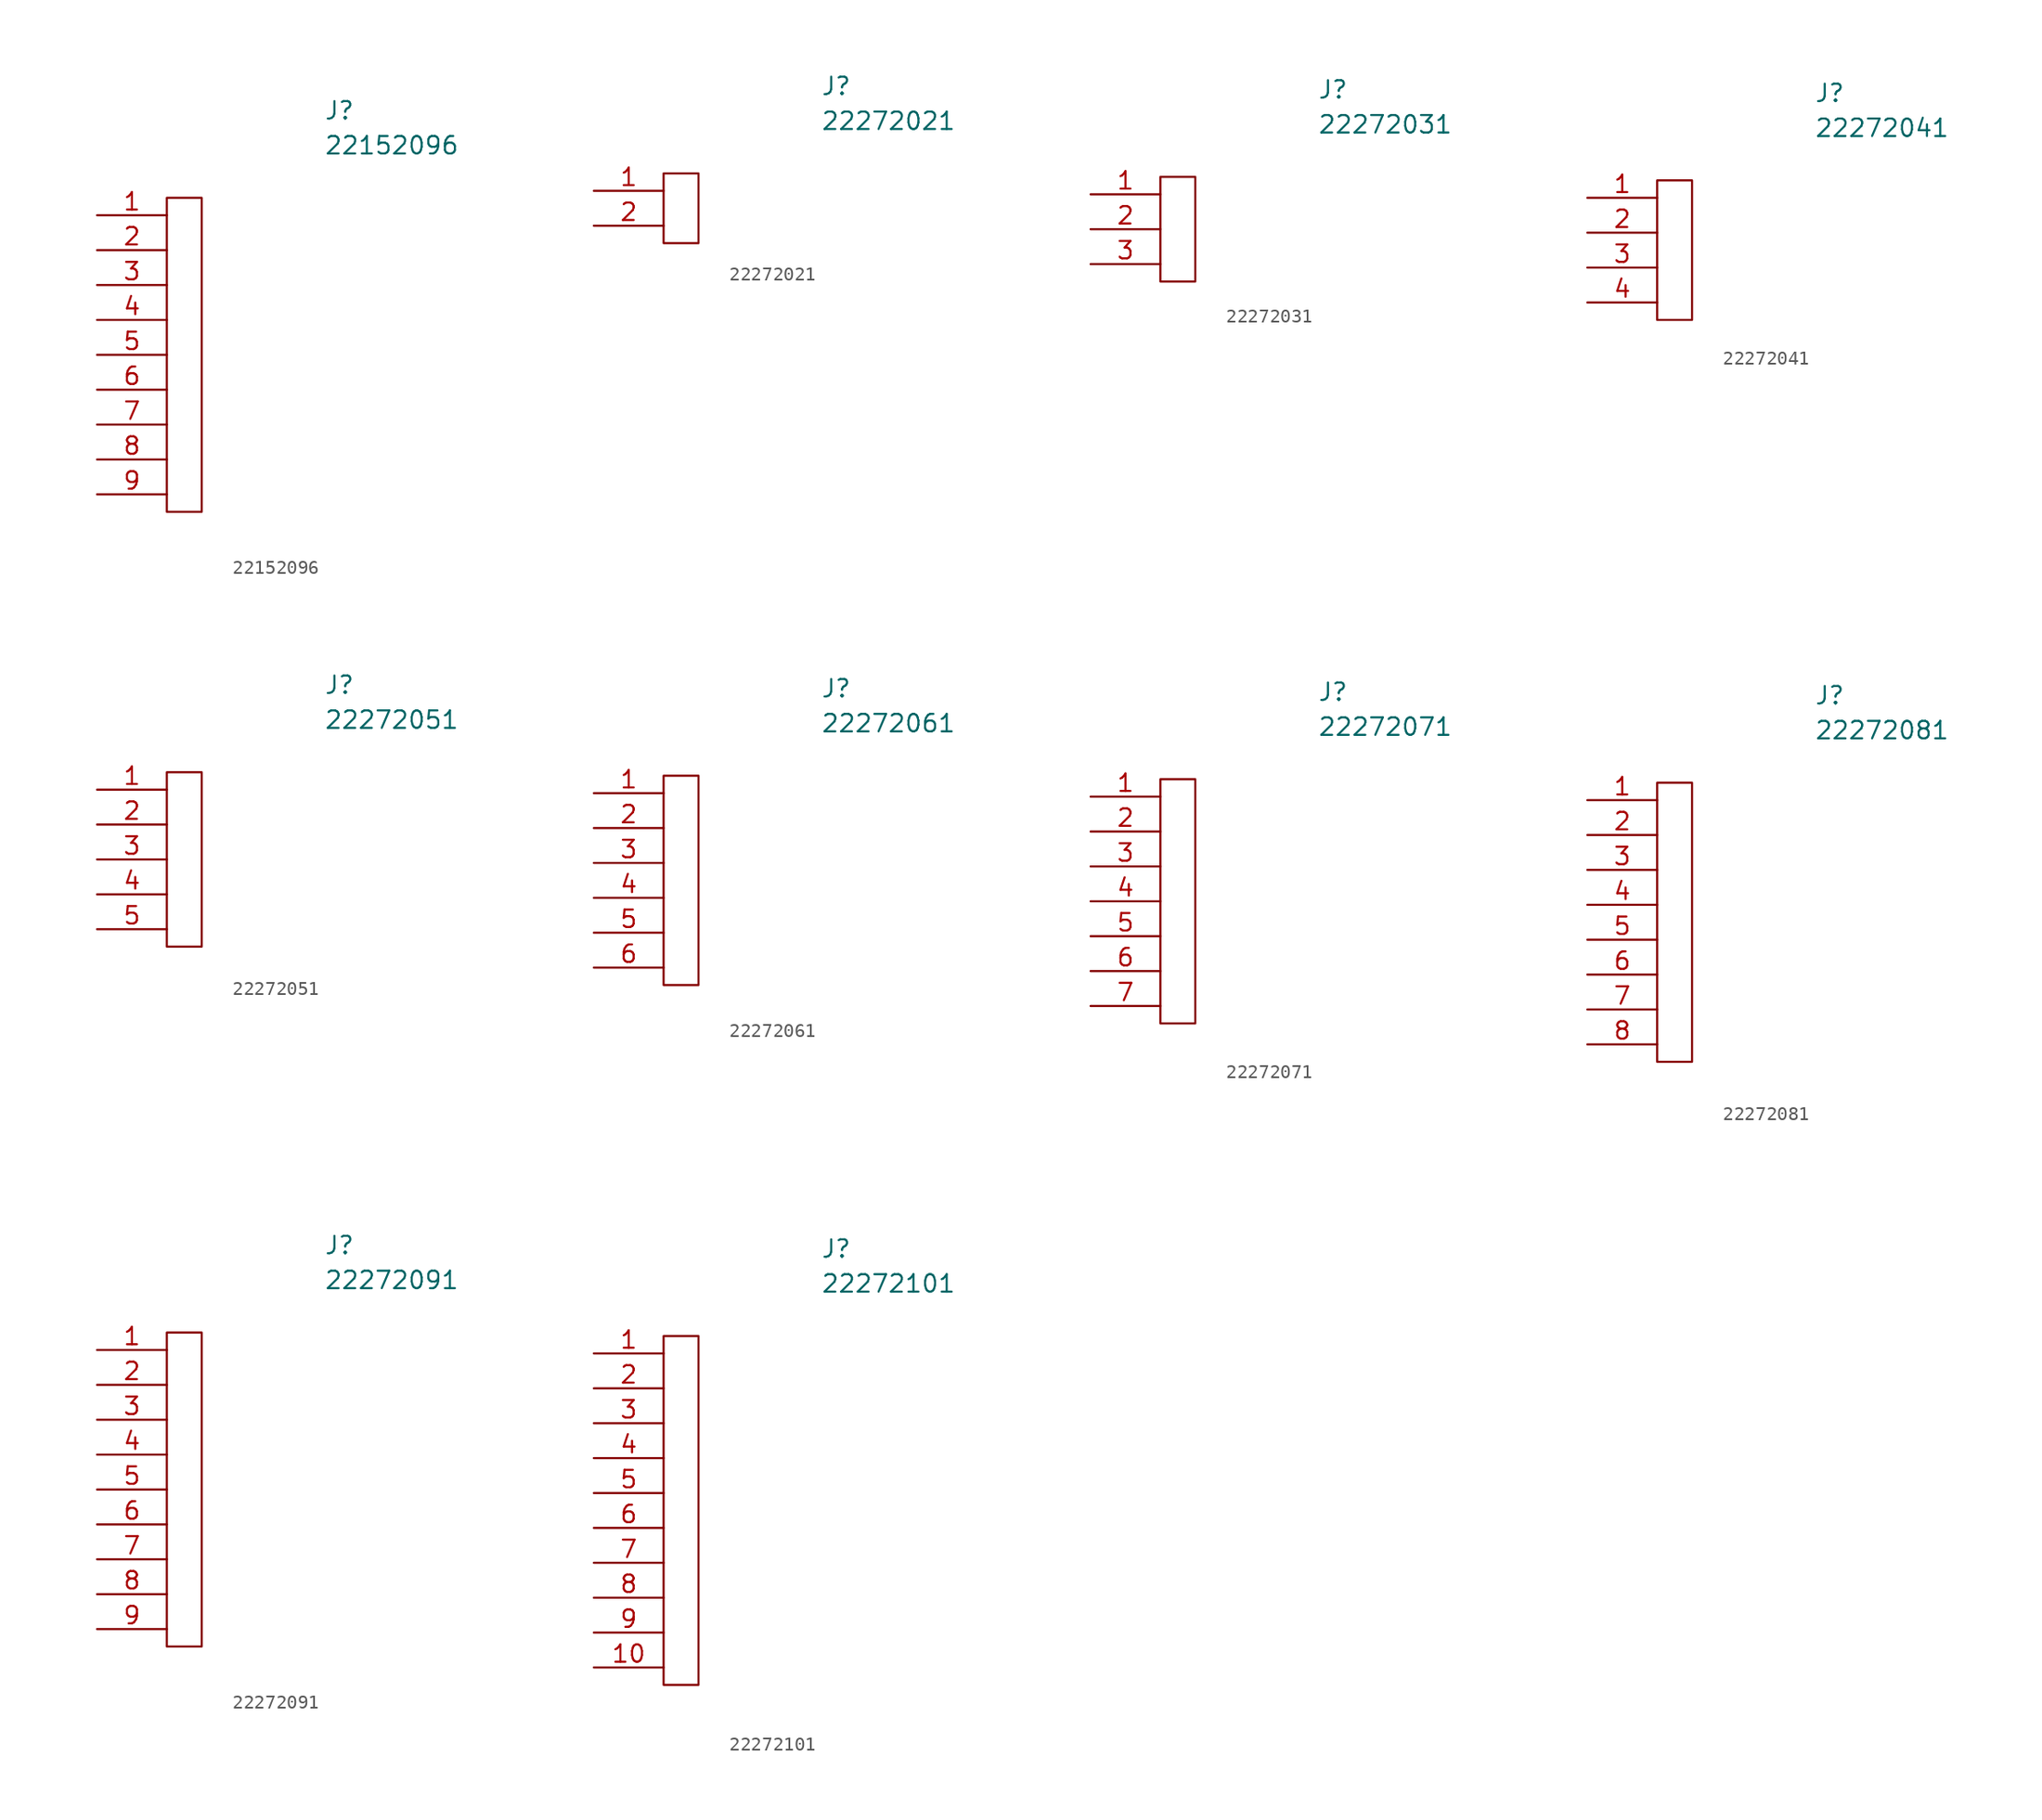
<source format=kicad_sym>
(kicad_symbol_lib
  (version 20241209)
  (generator "kicad_symbol_editor")
  (generator_version "9.0")
  (symbol "22152096"
    (pin_names
      (offset 0.762))
    (property "Reference" "J"
      (at 16.51 7.62 0)
      (effects (font (size 1.27 1.27)) (justify left)))
    (property "Value" "22152096"
      (at 16.51 5.08 0)
      (effects (font (size 1.27 1.27)) (justify left)))
    (symbol "22152096_0_1"
      (polyline (pts (xy 5.08 1.27) (xy 7.62 1.27) (xy 7.62 -21.59) (xy 5.08 -21.59) (xy 5.08 1.27)) (stroke (width 0.152) (type solid)) (fill (type none))))
    (symbol "22152096_1_0"
      (pin passive line (at 0 0 0) (length 5.08) (name "" (effects (font (size 1.27 1.27)))) (number "1" (effects (font (size 1.27 1.27)))))
      (pin passive line (at 0 -2.54 0) (length 5.08) (name "" (effects (font (size 1.27 1.27)))) (number "2" (effects (font (size 1.27 1.27)))))
      (pin passive line (at 0 -5.08 0) (length 5.08) (name "" (effects (font (size 1.27 1.27)))) (number "3" (effects (font (size 1.27 1.27)))))
      (pin passive line (at 0 -7.62 0) (length 5.08) (name "" (effects (font (size 1.27 1.27)))) (number "4" (effects (font (size 1.27 1.27)))))
      (pin passive line (at 0 -10.16 0) (length 5.08) (name "" (effects (font (size 1.27 1.27)))) (number "5" (effects (font (size 1.27 1.27)))))
      (pin passive line (at 0 -12.7 0) (length 5.08) (name "" (effects (font (size 1.27 1.27)))) (number "6" (effects (font (size 1.27 1.27)))))
      (pin passive line (at 0 -15.24 0) (length 5.08) (name "" (effects (font (size 1.27 1.27)))) (number "7" (effects (font (size 1.27 1.27)))))
      (pin passive line (at 0 -17.78 0) (length 5.08) (name "" (effects (font (size 1.27 1.27)))) (number "8" (effects (font (size 1.27 1.27)))))
      (pin passive line (at 0 -20.32 0) (length 5.08) (name "" (effects (font (size 1.27 1.27)))) (number "9" (effects (font (size 1.27 1.27)))))))
  (symbol "22272021"
    (pin_names
      (offset 0.762))
    (property "Reference" "J"
      (at 16.51 7.62 0)
      (effects (font (size 1.27 1.27)) (justify left)))
    (property "Value" "22272021"
      (at 16.51 5.08 0)
      (effects (font (size 1.27 1.27)) (justify left)))
    (symbol "22272021_0_1"
      (polyline (pts (xy 5.08 1.27) (xy 7.62 1.27) (xy 7.62 -3.81) (xy 5.08 -3.81) (xy 5.08 1.27)) (stroke (width 0.152) (type solid)) (fill (type none))))
    (symbol "22272021_1_0"
      (pin passive line (at 0 0 0) (length 5.08) (name "" (effects (font (size 1.27 1.27)))) (number "1" (effects (font (size 1.27 1.27)))))
      (pin passive line (at 0 -2.54 0) (length 5.08) (name "" (effects (font (size 1.27 1.27)))) (number "2" (effects (font (size 1.27 1.27)))))))
  (symbol "22272031"
    (pin_names
      (offset 0.762))
    (property "Reference" "J"
      (at 16.51 7.62 0)
      (effects (font (size 1.27 1.27)) (justify left)))
    (property "Value" "22272031"
      (at 16.51 5.08 0)
      (effects (font (size 1.27 1.27)) (justify left)))
    (symbol "22272031_0_1"
      (polyline (pts (xy 5.08 1.27) (xy 7.62 1.27) (xy 7.62 -6.35) (xy 5.08 -6.35) (xy 5.08 1.27)) (stroke (width 0.152) (type solid)) (fill (type none))))
    (symbol "22272031_1_0"
      (pin passive line (at 0 0 0) (length 5.08) (name "" (effects (font (size 1.27 1.27)))) (number "1" (effects (font (size 1.27 1.27)))))
      (pin passive line (at 0 -2.54 0) (length 5.08) (name "" (effects (font (size 1.27 1.27)))) (number "2" (effects (font (size 1.27 1.27)))))
      (pin passive line (at 0 -5.08 0) (length 5.08) (name "" (effects (font (size 1.27 1.27)))) (number "3" (effects (font (size 1.27 1.27)))))))
  (symbol "22272041"
    (pin_names
      (offset 0.762))
    (property "Reference" "J"
      (at 16.51 7.62 0)
      (effects (font (size 1.27 1.27)) (justify left)))
    (property "Value" "22272041"
      (at 16.51 5.08 0)
      (effects (font (size 1.27 1.27)) (justify left)))
    (symbol "22272041_0_1"
      (polyline (pts (xy 5.08 1.27) (xy 7.62 1.27) (xy 7.62 -8.89) (xy 5.08 -8.89) (xy 5.08 1.27)) (stroke (width 0.152) (type solid)) (fill (type none))))
    (symbol "22272041_1_0"
      (pin passive line (at 0 0 0) (length 5.08) (name "" (effects (font (size 1.27 1.27)))) (number "1" (effects (font (size 1.27 1.27)))))
      (pin passive line (at 0 -2.54 0) (length 5.08) (name "" (effects (font (size 1.27 1.27)))) (number "2" (effects (font (size 1.27 1.27)))))
      (pin passive line (at 0 -5.08 0) (length 5.08) (name "" (effects (font (size 1.27 1.27)))) (number "3" (effects (font (size 1.27 1.27)))))
      (pin passive line (at 0 -7.62 0) (length 5.08) (name "" (effects (font (size 1.27 1.27)))) (number "4" (effects (font (size 1.27 1.27)))))))
  (symbol "22272051"
    (pin_names
      (offset 0.762))
    (property "Reference" "J"
      (at 16.51 7.62 0)
      (effects (font (size 1.27 1.27)) (justify left)))
    (property "Value" "22272051"
      (at 16.51 5.08 0)
      (effects (font (size 1.27 1.27)) (justify left)))
    (symbol "22272051_0_1"
      (polyline (pts (xy 5.08 1.27) (xy 7.62 1.27) (xy 7.62 -11.43) (xy 5.08 -11.43) (xy 5.08 1.27)) (stroke (width 0.152) (type solid)) (fill (type none))))
    (symbol "22272051_1_0"
      (pin passive line (at 0 0 0) (length 5.08) (name "" (effects (font (size 1.27 1.27)))) (number "1" (effects (font (size 1.27 1.27)))))
      (pin passive line (at 0 -2.54 0) (length 5.08) (name "" (effects (font (size 1.27 1.27)))) (number "2" (effects (font (size 1.27 1.27)))))
      (pin passive line (at 0 -5.08 0) (length 5.08) (name "" (effects (font (size 1.27 1.27)))) (number "3" (effects (font (size 1.27 1.27)))))
      (pin passive line (at 0 -7.62 0) (length 5.08) (name "" (effects (font (size 1.27 1.27)))) (number "4" (effects (font (size 1.27 1.27)))))
      (pin passive line (at 0 -10.16 0) (length 5.08) (name "" (effects (font (size 1.27 1.27)))) (number "5" (effects (font (size 1.27 1.27)))))))
  (symbol "22272061"
    (pin_names
      (offset 0.762))
    (property "Reference" "J"
      (at 16.51 7.62 0)
      (effects (font (size 1.27 1.27)) (justify left)))
    (property "Value" "22272061"
      (at 16.51 5.08 0)
      (effects (font (size 1.27 1.27)) (justify left)))
    (symbol "22272061_0_1"
      (polyline (pts (xy 5.08 1.27) (xy 7.62 1.27) (xy 7.62 -13.97) (xy 5.08 -13.97) (xy 5.08 1.27)) (stroke (width 0.152) (type solid)) (fill (type none))))
    (symbol "22272061_1_0"
      (pin passive line (at 0 0 0) (length 5.08) (name "" (effects (font (size 1.27 1.27)))) (number "1" (effects (font (size 1.27 1.27)))))
      (pin passive line (at 0 -2.54 0) (length 5.08) (name "" (effects (font (size 1.27 1.27)))) (number "2" (effects (font (size 1.27 1.27)))))
      (pin passive line (at 0 -5.08 0) (length 5.08) (name "" (effects (font (size 1.27 1.27)))) (number "3" (effects (font (size 1.27 1.27)))))
      (pin passive line (at 0 -7.62 0) (length 5.08) (name "" (effects (font (size 1.27 1.27)))) (number "4" (effects (font (size 1.27 1.27)))))
      (pin passive line (at 0 -10.16 0) (length 5.08) (name "" (effects (font (size 1.27 1.27)))) (number "5" (effects (font (size 1.27 1.27)))))
      (pin passive line (at 0 -12.7 0) (length 5.08) (name "" (effects (font (size 1.27 1.27)))) (number "6" (effects (font (size 1.27 1.27)))))))
  (symbol "22272071"
    (pin_names
      (offset 0.762))
    (property "Reference" "J"
      (at 16.51 7.62 0)
      (effects (font (size 1.27 1.27)) (justify left)))
    (property "Value" "22272071"
      (at 16.51 5.08 0)
      (effects (font (size 1.27 1.27)) (justify left)))
    (symbol "22272071_0_1"
      (polyline (pts (xy 5.08 1.27) (xy 7.62 1.27) (xy 7.62 -16.51) (xy 5.08 -16.51) (xy 5.08 1.27)) (stroke (width 0.152) (type solid)) (fill (type none))))
    (symbol "22272071_1_0"
      (pin passive line (at 0 0 0) (length 5.08) (name "" (effects (font (size 1.27 1.27)))) (number "1" (effects (font (size 1.27 1.27)))))
      (pin passive line (at 0 -2.54 0) (length 5.08) (name "" (effects (font (size 1.27 1.27)))) (number "2" (effects (font (size 1.27 1.27)))))
      (pin passive line (at 0 -5.08 0) (length 5.08) (name "" (effects (font (size 1.27 1.27)))) (number "3" (effects (font (size 1.27 1.27)))))
      (pin passive line (at 0 -7.62 0) (length 5.08) (name "" (effects (font (size 1.27 1.27)))) (number "4" (effects (font (size 1.27 1.27)))))
      (pin passive line (at 0 -10.16 0) (length 5.08) (name "" (effects (font (size 1.27 1.27)))) (number "5" (effects (font (size 1.27 1.27)))))
      (pin passive line (at 0 -12.7 0) (length 5.08) (name "" (effects (font (size 1.27 1.27)))) (number "6" (effects (font (size 1.27 1.27)))))
      (pin passive line (at 0 -15.24 0) (length 5.08) (name "" (effects (font (size 1.27 1.27)))) (number "7" (effects (font (size 1.27 1.27)))))))
  (symbol "22272081"
    (pin_names
      (offset 0.762))
    (property "Reference" "J"
      (at 16.51 7.62 0)
      (effects (font (size 1.27 1.27)) (justify left)))
    (property "Value" "22272081"
      (at 16.51 5.08 0)
      (effects (font (size 1.27 1.27)) (justify left)))
    (symbol "22272081_0_1"
      (polyline (pts (xy 5.08 1.27) (xy 7.62 1.27) (xy 7.62 -19.05) (xy 5.08 -19.05) (xy 5.08 1.27)) (stroke (width 0.152) (type solid)) (fill (type none))))
    (symbol "22272081_1_0"
      (pin passive line (at 0 0 0) (length 5.08) (name "" (effects (font (size 1.27 1.27)))) (number "1" (effects (font (size 1.27 1.27)))))
      (pin passive line (at 0 -2.54 0) (length 5.08) (name "" (effects (font (size 1.27 1.27)))) (number "2" (effects (font (size 1.27 1.27)))))
      (pin passive line (at 0 -5.08 0) (length 5.08) (name "" (effects (font (size 1.27 1.27)))) (number "3" (effects (font (size 1.27 1.27)))))
      (pin passive line (at 0 -7.62 0) (length 5.08) (name "" (effects (font (size 1.27 1.27)))) (number "4" (effects (font (size 1.27 1.27)))))
      (pin passive line (at 0 -10.16 0) (length 5.08) (name "" (effects (font (size 1.27 1.27)))) (number "5" (effects (font (size 1.27 1.27)))))
      (pin passive line (at 0 -12.7 0) (length 5.08) (name "" (effects (font (size 1.27 1.27)))) (number "6" (effects (font (size 1.27 1.27)))))
      (pin passive line (at 0 -15.24 0) (length 5.08) (name "" (effects (font (size 1.27 1.27)))) (number "7" (effects (font (size 1.27 1.27)))))
      (pin passive line (at 0 -17.78 0) (length 5.08) (name "" (effects (font (size 1.27 1.27)))) (number "8" (effects (font (size 1.27 1.27)))))))
  (symbol "22272091"
    (pin_names
      (offset 0.762))
    (property "Reference" "J"
      (at 16.51 7.62 0)
      (effects (font (size 1.27 1.27)) (justify left)))
    (property "Value" "22272091"
      (at 16.51 5.08 0)
      (effects (font (size 1.27 1.27)) (justify left)))
    (symbol "22272091_0_1"
      (polyline (pts (xy 5.08 1.27) (xy 7.62 1.27) (xy 7.62 -21.59) (xy 5.08 -21.59) (xy 5.08 1.27)) (stroke (width 0.152) (type solid)) (fill (type none))))
    (symbol "22272091_1_0"
      (pin passive line (at 0 0 0) (length 5.08) (name "" (effects (font (size 1.27 1.27)))) (number "1" (effects (font (size 1.27 1.27)))))
      (pin passive line (at 0 -2.54 0) (length 5.08) (name "" (effects (font (size 1.27 1.27)))) (number "2" (effects (font (size 1.27 1.27)))))
      (pin passive line (at 0 -5.08 0) (length 5.08) (name "" (effects (font (size 1.27 1.27)))) (number "3" (effects (font (size 1.27 1.27)))))
      (pin passive line (at 0 -7.62 0) (length 5.08) (name "" (effects (font (size 1.27 1.27)))) (number "4" (effects (font (size 1.27 1.27)))))
      (pin passive line (at 0 -10.16 0) (length 5.08) (name "" (effects (font (size 1.27 1.27)))) (number "5" (effects (font (size 1.27 1.27)))))
      (pin passive line (at 0 -12.7 0) (length 5.08) (name "" (effects (font (size 1.27 1.27)))) (number "6" (effects (font (size 1.27 1.27)))))
      (pin passive line (at 0 -15.24 0) (length 5.08) (name "" (effects (font (size 1.27 1.27)))) (number "7" (effects (font (size 1.27 1.27)))))
      (pin passive line (at 0 -17.78 0) (length 5.08) (name "" (effects (font (size 1.27 1.27)))) (number "8" (effects (font (size 1.27 1.27)))))
      (pin passive line (at 0 -20.32 0) (length 5.08) (name "" (effects (font (size 1.27 1.27)))) (number "9" (effects (font (size 1.27 1.27)))))))
  (symbol "22272101"
    (pin_names
      (offset 0.762))
    (property "Reference" "J"
      (at 16.51 7.62 0)
      (effects (font (size 1.27 1.27)) (justify left)))
    (property "Value" "22272101"
      (at 16.51 5.08 0)
      (effects (font (size 1.27 1.27)) (justify left)))
    (symbol "22272101_0_1"
      (polyline (pts (xy 5.08 1.27) (xy 7.62 1.27) (xy 7.62 -24.13) (xy 5.08 -24.13) (xy 5.08 1.27)) (stroke (width 0.152) (type solid)) (fill (type none))))
    (symbol "22272101_1_0"
      (pin passive line (at 0 0 0) (length 5.08) (name "" (effects (font (size 1.27 1.27)))) (number "1" (effects (font (size 1.27 1.27)))))
      (pin passive line (at 0 -2.54 0) (length 5.08) (name "" (effects (font (size 1.27 1.27)))) (number "2" (effects (font (size 1.27 1.27)))))
      (pin passive line (at 0 -5.08 0) (length 5.08) (name "" (effects (font (size 1.27 1.27)))) (number "3" (effects (font (size 1.27 1.27)))))
      (pin passive line (at 0 -7.62 0) (length 5.08) (name "" (effects (font (size 1.27 1.27)))) (number "4" (effects (font (size 1.27 1.27)))))
      (pin passive line (at 0 -10.16 0) (length 5.08) (name "" (effects (font (size 1.27 1.27)))) (number "5" (effects (font (size 1.27 1.27)))))
      (pin passive line (at 0 -12.7 0) (length 5.08) (name "" (effects (font (size 1.27 1.27)))) (number "6" (effects (font (size 1.27 1.27)))))
      (pin passive line (at 0 -15.24 0) (length 5.08) (name "" (effects (font (size 1.27 1.27)))) (number "7" (effects (font (size 1.27 1.27)))))
      (pin passive line (at 0 -17.78 0) (length 5.08) (name "" (effects (font (size 1.27 1.27)))) (number "8" (effects (font (size 1.27 1.27)))))
      (pin passive line (at 0 -20.32 0) (length 5.08) (name "" (effects (font (size 1.27 1.27)))) (number "9" (effects (font (size 1.27 1.27)))))
      (pin passive line (at 0 -22.86 0) (length 5.08) (name "" (effects (font (size 1.27 1.27)))) (number "10" (effects (font (size 1.27 1.27))))))))
</source>
